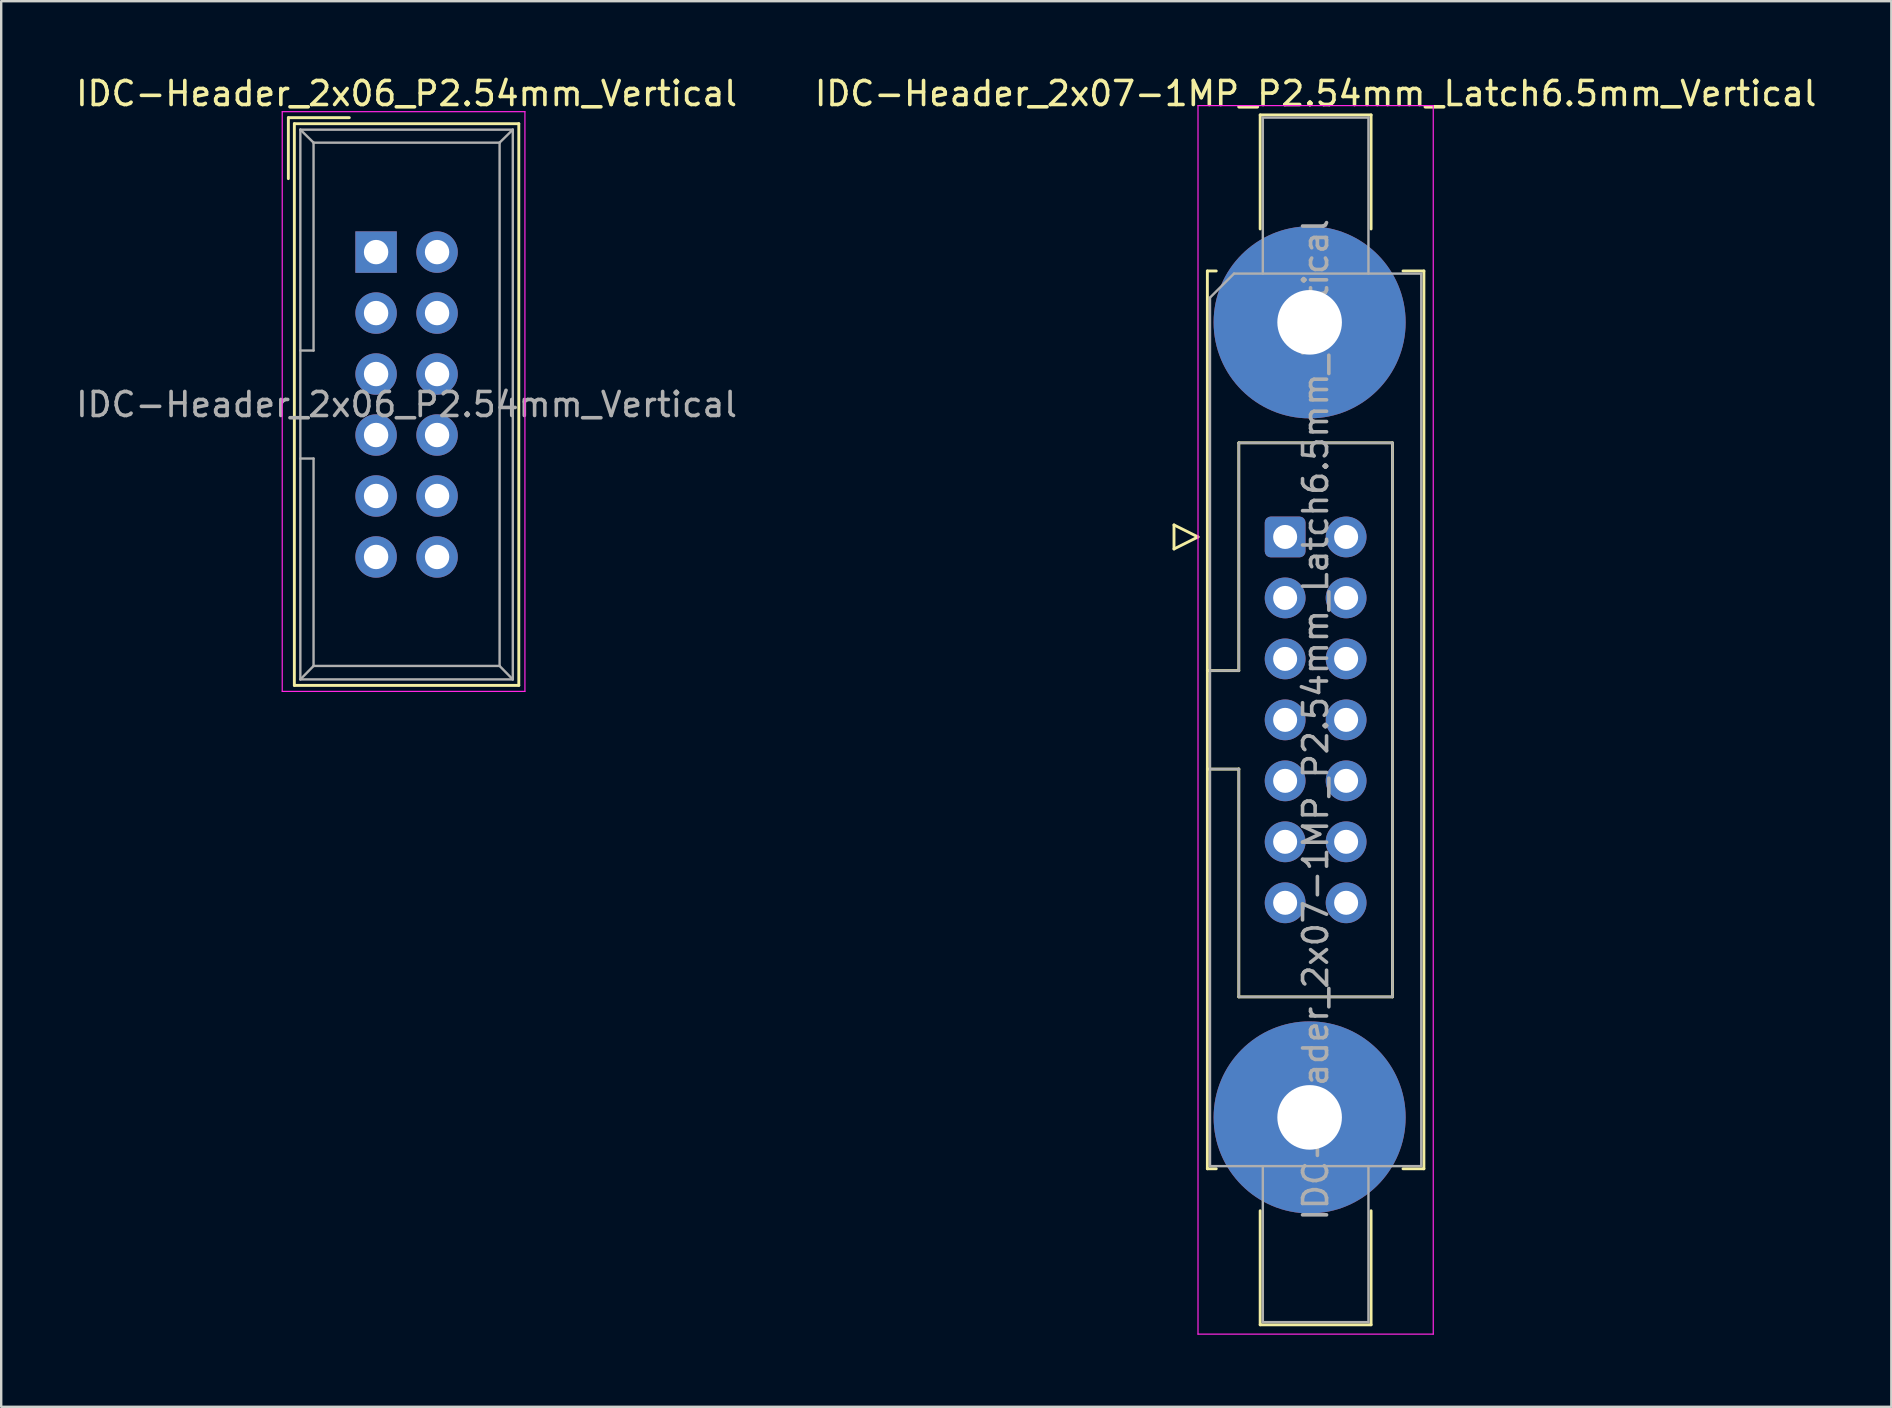
<source format=kicad_pcb>
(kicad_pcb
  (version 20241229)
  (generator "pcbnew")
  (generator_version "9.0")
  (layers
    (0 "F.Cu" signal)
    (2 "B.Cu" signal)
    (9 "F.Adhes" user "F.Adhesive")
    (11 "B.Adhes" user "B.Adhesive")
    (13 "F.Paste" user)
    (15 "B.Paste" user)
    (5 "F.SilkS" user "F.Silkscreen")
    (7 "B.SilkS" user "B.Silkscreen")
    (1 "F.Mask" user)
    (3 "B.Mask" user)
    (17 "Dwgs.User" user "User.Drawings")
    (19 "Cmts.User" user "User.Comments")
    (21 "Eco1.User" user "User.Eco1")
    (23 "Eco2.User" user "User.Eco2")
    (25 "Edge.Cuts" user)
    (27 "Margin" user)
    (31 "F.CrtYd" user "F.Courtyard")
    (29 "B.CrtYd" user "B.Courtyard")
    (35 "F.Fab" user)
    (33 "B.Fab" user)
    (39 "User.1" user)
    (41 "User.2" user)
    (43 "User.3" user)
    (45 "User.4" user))
  (footprint "IDC-Header_2x06_P2.54mm_Vertical"
    (layer "F.Cu")
    (at 12.617 7.452)
    (property "Reference" "IDC-Header_2x06_P2.54mm_Vertical" (at 1.27 -6.604 0) (layer "F.SilkS") (effects (font (size 1 1) (thickness 0.15))))
    (attr through_hole)
    (fp_line (start -3.655 -5.6) (end -3.655 -3.06) (stroke (width 0.12) (type solid)) (layer "F.SilkS"))
    (fp_line (start -3.655 -5.6) (end -1.115 -5.6) (stroke (width 0.12) (type solid)) (layer "F.SilkS"))
    (fp_line (start -3.405 -5.35) (end 5.945 -5.35) (stroke (width 0.12) (type solid)) (layer "F.SilkS"))
    (fp_line (start -3.405 18.05) (end -3.405 -5.35) (stroke (width 0.12) (type solid)) (layer "F.SilkS"))
    (fp_line (start 5.945 -5.35) (end 5.945 18.05) (stroke (width 0.12) (type solid)) (layer "F.SilkS"))
    (fp_line (start 5.945 18.05) (end -3.405 18.05) (stroke (width 0.12) (type solid)) (layer "F.SilkS"))
    (fp_line (start -3.91 -5.85) (end 6.2 -5.85) (stroke (width 0.05) (type solid)) (layer "F.CrtYd"))
    (fp_line (start -3.91 18.3) (end -3.91 -5.85) (stroke (width 0.05) (type solid)) (layer "F.CrtYd"))
    (fp_line (start 6.2 -5.85) (end 6.2 18.3) (stroke (width 0.05) (type solid)) (layer "F.CrtYd"))
    (fp_line (start 6.2 18.3) (end -3.91 18.3) (stroke (width 0.05) (type solid)) (layer "F.CrtYd"))
    (fp_line (start -3.155 -5.1) (end -3.155 17.8) (stroke (width 0.1) (type solid)) (layer "F.Fab"))
    (fp_line (start -3.155 -5.1) (end -2.605 -4.56) (stroke (width 0.1) (type solid)) (layer "F.Fab"))
    (fp_line (start -3.155 17.8) (end -2.605 17.24) (stroke (width 0.1) (type solid)) (layer "F.Fab"))
    (fp_line (start -2.605 -4.56) (end -2.605 4.1) (stroke (width 0.1) (type solid)) (layer "F.Fab"))
    (fp_line (start -2.605 4.1) (end -3.155 4.1) (stroke (width 0.1) (type solid)) (layer "F.Fab"))
    (fp_line (start -2.605 8.6) (end -3.155 8.6) (stroke (width 0.1) (type solid)) (layer "F.Fab"))
    (fp_line (start -2.605 8.6) (end -2.605 17.24) (stroke (width 0.1) (type solid)) (layer "F.Fab"))
    (fp_line (start 5.145 -4.56) (end -2.605 -4.56) (stroke (width 0.1) (type solid)) (layer "F.Fab"))
    (fp_line (start 5.145 -4.56) (end 5.145 17.24) (stroke (width 0.1) (type solid)) (layer "F.Fab"))
    (fp_line (start 5.145 17.24) (end -2.605 17.24) (stroke (width 0.1) (type solid)) (layer "F.Fab"))
    (fp_line (start 5.695 -5.1) (end -3.155 -5.1) (stroke (width 0.1) (type solid)) (layer "F.Fab"))
    (fp_line (start 5.695 -5.1) (end 5.145 -4.56) (stroke (width 0.1) (type solid)) (layer "F.Fab"))
    (fp_line (start 5.695 -5.1) (end 5.695 17.8) (stroke (width 0.1) (type solid)) (layer "F.Fab"))
    (fp_line (start 5.695 17.8) (end -3.155 17.8) (stroke (width 0.1) (type solid)) (layer "F.Fab"))
    (fp_line (start 5.695 17.8) (end 5.145 17.24) (stroke (width 0.1) (type solid)) (layer "F.Fab"))
    (fp_text user "${REFERENCE}" (at 1.27 6.35 0) (layer "F.Fab") (effects (font (size 1 1) (thickness 0.15))))
    (pad "1" thru_hole rect (at 0 0) (size 1.727 1.727) (drill 1.016) (layers "*.Cu" "*.Mask"))
    (pad "2" thru_hole oval (at 2.54 0) (size 1.727 1.727) (drill 1.016) (layers "*.Cu" "*.Mask"))
    (pad "3" thru_hole oval (at 0 2.54) (size 1.727 1.727) (drill 1.016) (layers "*.Cu" "*.Mask"))
    (pad "4" thru_hole oval (at 2.54 2.54) (size 1.727 1.727) (drill 1.016) (layers "*.Cu" "*.Mask"))
    (pad "5" thru_hole oval (at 0 5.08) (size 1.727 1.727) (drill 1.016) (layers "*.Cu" "*.Mask"))
    (pad "6" thru_hole oval (at 2.54 5.08) (size 1.727 1.727) (drill 1.016) (layers "*.Cu" "*.Mask"))
    (pad "7" thru_hole oval (at 0 7.62) (size 1.727 1.727) (drill 1.016) (layers "*.Cu" "*.Mask"))
    (pad "8" thru_hole oval (at 2.54 7.62) (size 1.727 1.727) (drill 1.016) (layers "*.Cu" "*.Mask"))
    (pad "9" thru_hole oval (at 0 10.16) (size 1.727 1.727) (drill 1.016) (layers "*.Cu" "*.Mask"))
    (pad "10" thru_hole oval (at 2.54 10.16) (size 1.727 1.727) (drill 1.016) (layers "*.Cu" "*.Mask"))
    (pad "11" thru_hole oval (at 0 12.7) (size 1.727 1.727) (drill 1.016) (layers "*.Cu" "*.Mask"))
    (pad "12" thru_hole oval (at 2.54 12.7) (size 1.727 1.727) (drill 1.016) (layers "*.Cu" "*.Mask")))
  (footprint "IDC-Header_2x07-1MP_P2.54mm_Latch6.5mm_Vertical"
    (layer "F.Cu")
    (at 50.486 19.318)
    (property "Reference" "IDC-Header_2x07-1MP_P2.54mm_Latch6.5mm_Vertical" (at 1.27 -18.47 0) (layer "F.SilkS") (effects (font (size 1 1) (thickness 0.15))))
    (attr through_hole)
    (fp_line (start -4.63 -0.5) (end -4.63 0.5) (stroke (width 0.12) (type solid)) (layer "F.SilkS"))
    (fp_line (start -4.63 0.5) (end -3.63 0) (stroke (width 0.12) (type solid)) (layer "F.SilkS"))
    (fp_line (start -3.63 0) (end -4.63 -0.5) (stroke (width 0.12) (type solid)) (layer "F.SilkS"))
    (fp_line (start -3.24 -11.08) (end -3.24 26.32) (stroke (width 0.12) (type solid)) (layer "F.SilkS"))
    (fp_line (start -3.24 5.57) (end -1.93 5.57) (stroke (width 0.12) (type solid)) (layer "F.SilkS"))
    (fp_line (start -3.24 26.32) (end -2.87 26.32) (stroke (width 0.12) (type solid)) (layer "F.SilkS"))
    (fp_line (start -2.87 -11.08) (end -3.24 -11.08) (stroke (width 0.12) (type solid)) (layer "F.SilkS"))
    (fp_line (start -1.93 -3.92) (end 4.47 -3.92) (stroke (width 0.12) (type solid)) (layer "F.SilkS"))
    (fp_line (start -1.93 5.57) (end -1.93 -3.92) (stroke (width 0.12) (type solid)) (layer "F.SilkS"))
    (fp_line (start -1.93 9.67) (end -3.24 9.67) (stroke (width 0.12) (type solid)) (layer "F.SilkS"))
    (fp_line (start -1.93 9.67) (end -1.93 9.67) (stroke (width 0.12) (type solid)) (layer "F.SilkS"))
    (fp_line (start -1.93 19.16) (end -1.93 9.67) (stroke (width 0.12) (type solid)) (layer "F.SilkS"))
    (fp_line (start -1.04 -17.58) (end 3.58 -17.58) (stroke (width 0.12) (type solid)) (layer "F.SilkS"))
    (fp_line (start -1.04 -12.83) (end -1.04 -17.58) (stroke (width 0.12) (type solid)) (layer "F.SilkS"))
    (fp_line (start -1.04 28.07) (end -1.04 32.82) (stroke (width 0.12) (type solid)) (layer "F.SilkS"))
    (fp_line (start -1.04 32.82) (end 3.58 32.82) (stroke (width 0.12) (type solid)) (layer "F.SilkS"))
    (fp_line (start 3.58 -17.58) (end 3.58 -12.83) (stroke (width 0.12) (type solid)) (layer "F.SilkS"))
    (fp_line (start 3.58 32.82) (end 3.58 28.07) (stroke (width 0.12) (type solid)) (layer "F.SilkS"))
    (fp_line (start 4.47 -3.92) (end 4.47 19.16) (stroke (width 0.12) (type solid)) (layer "F.SilkS"))
    (fp_line (start 4.47 19.16) (end -1.93 19.16) (stroke (width 0.12) (type solid)) (layer "F.SilkS"))
    (fp_line (start 4.91 -11.08) (end 5.78 -11.08) (stroke (width 0.12) (type solid)) (layer "F.SilkS"))
    (fp_line (start 5.78 -11.08) (end 5.78 26.32) (stroke (width 0.12) (type solid)) (layer "F.SilkS"))
    (fp_line (start 5.78 26.32) (end 4.91 26.32) (stroke (width 0.12) (type solid)) (layer "F.SilkS"))
    (fp_line (start -3.63 -17.97) (end -3.63 33.21) (stroke (width 0.05) (type solid)) (layer "F.CrtYd"))
    (fp_line (start -3.63 33.21) (end 6.17 33.21) (stroke (width 0.05) (type solid)) (layer "F.CrtYd"))
    (fp_line (start 6.17 -17.97) (end -3.63 -17.97) (stroke (width 0.05) (type solid)) (layer "F.CrtYd"))
    (fp_line (start 6.17 33.21) (end 6.17 -17.97) (stroke (width 0.05) (type solid)) (layer "F.CrtYd"))
    (fp_line (start -3.13 -9.97) (end -2.13 -10.97) (stroke (width 0.1) (type solid)) (layer "F.Fab"))
    (fp_line (start -3.13 5.57) (end -1.93 5.57) (stroke (width 0.1) (type solid)) (layer "F.Fab"))
    (fp_line (start -3.13 26.21) (end -3.13 -9.97) (stroke (width 0.1) (type solid)) (layer "F.Fab"))
    (fp_line (start -2.13 -10.97) (end 5.67 -10.97) (stroke (width 0.1) (type solid)) (layer "F.Fab"))
    (fp_line (start -1.93 -3.92) (end 4.47 -3.92) (stroke (width 0.1) (type solid)) (layer "F.Fab"))
    (fp_line (start -1.93 5.57) (end -1.93 -3.92) (stroke (width 0.1) (type solid)) (layer "F.Fab"))
    (fp_line (start -1.93 9.67) (end -3.13 9.67) (stroke (width 0.1) (type solid)) (layer "F.Fab"))
    (fp_line (start -1.93 9.67) (end -1.93 9.67) (stroke (width 0.1) (type solid)) (layer "F.Fab"))
    (fp_line (start -1.93 19.16) (end -1.93 9.67) (stroke (width 0.1) (type solid)) (layer "F.Fab"))
    (fp_line (start -0.93 -17.47) (end 3.47 -17.47) (stroke (width 0.1) (type solid)) (layer "F.Fab"))
    (fp_line (start -0.93 -10.97) (end -0.93 -17.47) (stroke (width 0.1) (type solid)) (layer "F.Fab"))
    (fp_line (start -0.93 26.21) (end -0.93 32.71) (stroke (width 0.1) (type solid)) (layer "F.Fab"))
    (fp_line (start -0.93 32.71) (end 3.47 32.71) (stroke (width 0.1) (type solid)) (layer "F.Fab"))
    (fp_line (start 3.47 -17.47) (end 3.47 -10.97) (stroke (width 0.1) (type solid)) (layer "F.Fab"))
    (fp_line (start 3.47 32.71) (end 3.47 26.21) (stroke (width 0.1) (type solid)) (layer "F.Fab"))
    (fp_line (start 4.47 -3.92) (end 4.47 19.16) (stroke (width 0.1) (type solid)) (layer "F.Fab"))
    (fp_line (start 4.47 19.16) (end -1.93 19.16) (stroke (width 0.1) (type solid)) (layer "F.Fab"))
    (fp_line (start 5.67 -10.97) (end 5.67 26.21) (stroke (width 0.1) (type solid)) (layer "F.Fab"))
    (fp_line (start 5.67 26.21) (end -3.13 26.21) (stroke (width 0.1) (type solid)) (layer "F.Fab"))
    (fp_text user "${REFERENCE}" (at 1.27 7.62 90) (layer "F.Fab") (effects (font (size 1 1) (thickness 0.15))))
    (pad "1" thru_hole roundrect (at 0 0) (size 1.7 1.7) (drill 1) (layers "*.Cu" "*.Mask") (roundrect_rratio 0.147))
    (pad "2" thru_hole circle (at 2.54 0) (size 1.7 1.7) (drill 1) (layers "*.Cu" "*.Mask"))
    (pad "3" thru_hole circle (at 0 2.54) (size 1.7 1.7) (drill 1) (layers "*.Cu" "*.Mask"))
    (pad "4" thru_hole circle (at 2.54 2.54) (size 1.7 1.7) (drill 1) (layers "*.Cu" "*.Mask"))
    (pad "5" thru_hole circle (at 0 5.08) (size 1.7 1.7) (drill 1) (layers "*.Cu" "*.Mask"))
    (pad "6" thru_hole circle (at 2.54 5.08) (size 1.7 1.7) (drill 1) (layers "*.Cu" "*.Mask"))
    (pad "7" thru_hole circle (at 0 7.62) (size 1.7 1.7) (drill 1) (layers "*.Cu" "*.Mask"))
    (pad "8" thru_hole circle (at 2.54 7.62) (size 1.7 1.7) (drill 1) (layers "*.Cu" "*.Mask"))
    (pad "9" thru_hole circle (at 0 10.16) (size 1.7 1.7) (drill 1) (layers "*.Cu" "*.Mask"))
    (pad "10" thru_hole circle (at 2.54 10.16) (size 1.7 1.7) (drill 1) (layers "*.Cu" "*.Mask"))
    (pad "11" thru_hole circle (at 0 12.7) (size 1.7 1.7) (drill 1) (layers "*.Cu" "*.Mask"))
    (pad "12" thru_hole circle (at 2.54 12.7) (size 1.7 1.7) (drill 1) (layers "*.Cu" "*.Mask"))
    (pad "13" thru_hole circle (at 0 15.24) (size 1.7 1.7) (drill 1) (layers "*.Cu" "*.Mask"))
    (pad "14" thru_hole circle (at 2.54 15.24) (size 1.7 1.7) (drill 1) (layers "*.Cu" "*.Mask"))
    (pad "MP" thru_hole circle (at 1.02 -8.94) (size 8 8) (drill 2.69) (layers "*.Cu" "*.Mask"))
    (pad "MP" thru_hole circle (at 1.02 24.18) (size 8 8) (drill 2.69) (layers "*.Cu" "*.Mask")))
  (gr_rect
    (start -3 -3)
    (end 75.738 55.553)
    (stroke (width 0.1) (type default))
    (fill no)
    (layer "Edge.Cuts")))
</source>
